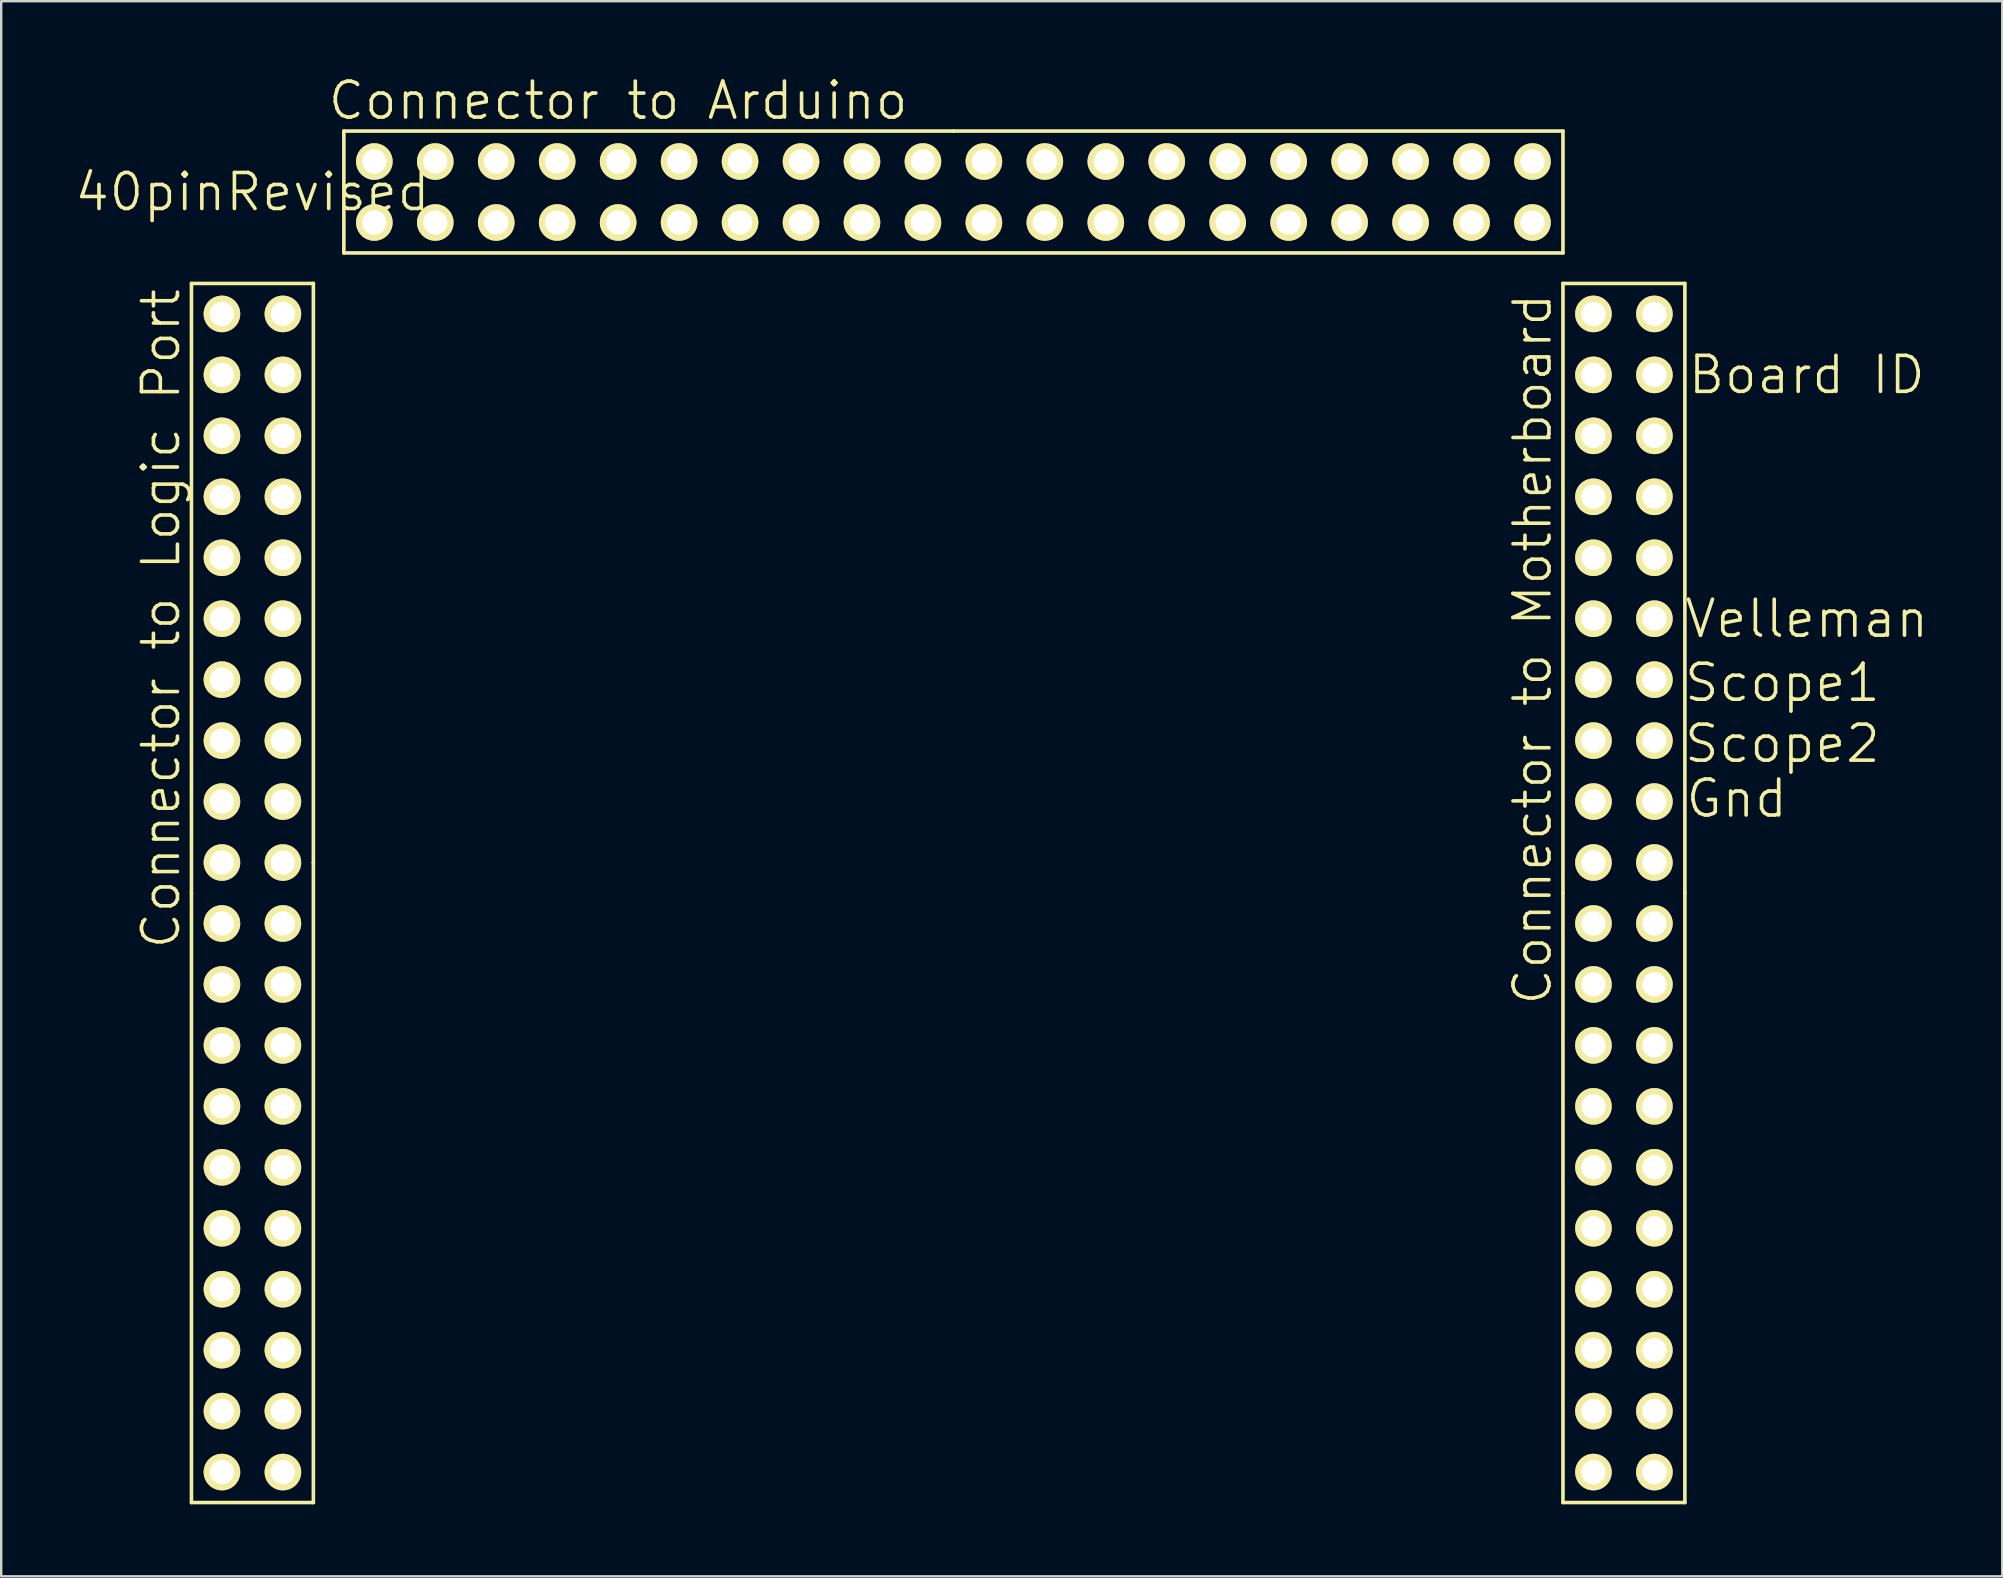
<source format=kicad_pcb>
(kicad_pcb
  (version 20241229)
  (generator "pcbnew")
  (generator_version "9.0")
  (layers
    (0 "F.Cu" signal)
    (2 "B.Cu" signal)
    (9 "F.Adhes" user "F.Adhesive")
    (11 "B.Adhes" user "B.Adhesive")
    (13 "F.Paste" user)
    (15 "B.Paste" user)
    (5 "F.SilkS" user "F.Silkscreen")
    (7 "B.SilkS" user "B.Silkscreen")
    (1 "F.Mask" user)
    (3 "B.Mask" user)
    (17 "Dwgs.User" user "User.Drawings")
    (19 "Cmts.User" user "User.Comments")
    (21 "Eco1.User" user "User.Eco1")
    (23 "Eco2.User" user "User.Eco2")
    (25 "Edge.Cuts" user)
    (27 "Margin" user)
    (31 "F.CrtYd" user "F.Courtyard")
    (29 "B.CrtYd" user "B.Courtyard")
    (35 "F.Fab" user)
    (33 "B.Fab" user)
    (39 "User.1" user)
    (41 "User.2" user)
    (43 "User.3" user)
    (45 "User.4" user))
  (footprint "40pinRevised"
    (layer "F.Cu")
    (at 23.978 22.731)
    (property "Reference" "40pinRevised" (at -16.51 -17.78 0) (layer "F.SilkS") (effects (font (size 1.5 1.5) (thickness 0.15))))
    (attr through_hole)
    (fp_line (start -19.05 -13.97) (end -19.05 11.43) (stroke (width 0.15) (type solid)) (layer "F.SilkS"))
    (fp_line (start -19.05 36.83) (end -19.05 11.43) (stroke (width 0.15) (type solid)) (layer "F.SilkS"))
    (fp_line (start -13.97 -13.97) (end -19.05 -13.97) (stroke (width 0.15) (type solid)) (layer "F.SilkS"))
    (fp_line (start -13.97 10.16) (end -13.97 -13.97) (stroke (width 0.15) (type solid)) (layer "F.SilkS"))
    (fp_line (start -13.97 10.16) (end -13.97 36.83) (stroke (width 0.15) (type solid)) (layer "F.SilkS"))
    (fp_line (start -13.97 36.83) (end -19.05 36.83) (stroke (width 0.15) (type solid)) (layer "F.SilkS"))
    (fp_line (start -12.7 -20.32) (end -12.7 -15.24) (stroke (width 0.15) (type solid)) (layer "F.SilkS"))
    (fp_line (start 12.7 -20.32) (end -12.7 -20.32) (stroke (width 0.15) (type solid)) (layer "F.SilkS"))
    (fp_line (start 12.7 -20.32) (end 38.1 -20.32) (stroke (width 0.15) (type solid)) (layer "F.SilkS"))
    (fp_line (start 38.1 -20.32) (end 38.1 -15.24) (stroke (width 0.15) (type solid)) (layer "F.SilkS"))
    (fp_line (start 38.1 -15.24) (end -12.7 -15.24) (stroke (width 0.15) (type solid)) (layer "F.SilkS"))
    (fp_line (start 38.1 -13.97) (end 43.18 -13.97) (stroke (width 0.15) (type solid)) (layer "F.SilkS"))
    (fp_line (start 38.1 11.43) (end 38.1 -13.97) (stroke (width 0.15) (type solid)) (layer "F.SilkS"))
    (fp_line (start 38.1 36.83) (end 38.1 11.43) (stroke (width 0.15) (type solid)) (layer "F.SilkS"))
    (fp_line (start 43.18 -13.97) (end 43.18 11.43) (stroke (width 0.15) (type solid)) (layer "F.SilkS"))
    (fp_line (start 43.18 11.43) (end 43.18 36.83) (stroke (width 0.15) (type solid)) (layer "F.SilkS"))
    (fp_line (start 43.18 36.83) (end 38.1 36.83) (stroke (width 0.15) (type solid)) (layer "F.SilkS"))
    (fp_text user "Connector to Arduino" (at -1.27 -21.59 0) (layer "F.SilkS") (effects (font (size 1.5 1.5) (thickness 0.15))))
    (fp_text user "Scope1" (at 47.244 2.667 0) (layer "F.SilkS") (effects (font (size 1.5 1.5) (thickness 0.15))))
    (fp_text user "Board ID" (at 48.26 -10.16 0) (layer "F.SilkS") (effects (font (size 1.5 1.5) (thickness 0.15))))
    (fp_text user "Connector to Motherboard" (at 36.83 1.27 90) (layer "F.SilkS") (effects (font (size 1.5 1.5) (thickness 0.15))))
    (fp_text user "Gnd" (at 45.339 7.493 0) (layer "F.SilkS") (effects (font (size 1.5 1.5) (thickness 0.15))))
    (fp_text user "Velleman" (at 48.26 0 0) (layer "F.SilkS") (effects (font (size 1.5 1.5) (thickness 0.15))))
    (fp_text user "Connector to Logic Port" (at -20.32 0 90) (layer "F.SilkS") (effects (font (size 1.5 1.5) (thickness 0.15))))
    (fp_text user "Scope2" (at 47.244 5.207 0) (layer "F.SilkS") (effects (font (size 1.5 1.5) (thickness 0.15))))
    (pad "1" thru_hole circle (at 41.91 35.56) (size 1.524 1.524) (drill 1.016) (layers "*.Cu" "*.Mask" "F.SilkS"))
    (pad "2" thru_hole circle (at 39.37 35.56) (size 1.524 1.524) (drill 1.016) (layers "*.Cu" "*.Mask" "F.SilkS"))
    (pad "3" thru_hole circle (at 41.91 33.02) (size 1.524 1.524) (drill 1.016) (layers "*.Cu" "*.Mask" "F.SilkS"))
    (pad "4" thru_hole circle (at 39.37 33.02) (size 1.524 1.524) (drill 1.016) (layers "*.Cu" "*.Mask" "F.SilkS"))
    (pad "5" thru_hole circle (at 41.91 30.48) (size 1.524 1.524) (drill 1.016) (layers "*.Cu" "*.Mask" "F.SilkS"))
    (pad "6" thru_hole circle (at 39.37 30.48) (size 1.524 1.524) (drill 1.016) (layers "*.Cu" "*.Mask" "F.SilkS"))
    (pad "7" thru_hole circle (at 41.91 27.94) (size 1.524 1.524) (drill 1.016) (layers "*.Cu" "*.Mask" "F.SilkS"))
    (pad "8" thru_hole circle (at 39.37 27.94) (size 1.524 1.524) (drill 1.016) (layers "*.Cu" "*.Mask" "F.SilkS"))
    (pad "9" thru_hole circle (at 41.91 25.4) (size 1.524 1.524) (drill 1.016) (layers "*.Cu" "*.Mask" "F.SilkS"))
    (pad "10" thru_hole circle (at 39.37 25.4) (size 1.524 1.524) (drill 1.016) (layers "*.Cu" "*.Mask" "F.SilkS"))
    (pad "11" thru_hole circle (at 41.91 22.86) (size 1.524 1.524) (drill 1.016) (layers "*.Cu" "*.Mask" "F.SilkS"))
    (pad "12" thru_hole circle (at 39.37 22.86) (size 1.524 1.524) (drill 1.016) (layers "*.Cu" "*.Mask" "F.SilkS"))
    (pad "13" thru_hole circle (at 41.91 20.32) (size 1.524 1.524) (drill 1.016) (layers "*.Cu" "*.Mask" "F.SilkS"))
    (pad "14" thru_hole circle (at 39.37 20.32) (size 1.524 1.524) (drill 1.016) (layers "*.Cu" "*.Mask" "F.SilkS"))
    (pad "15" thru_hole circle (at 41.91 17.78) (size 1.524 1.524) (drill 1.016) (layers "*.Cu" "*.Mask" "F.SilkS"))
    (pad "16" thru_hole circle (at 39.37 17.78) (size 1.524 1.524) (drill 1.016) (layers "*.Cu" "*.Mask" "F.SilkS"))
    (pad "17" thru_hole circle (at 41.91 15.24) (size 1.524 1.524) (drill 1.016) (layers "*.Cu" "*.Mask" "F.SilkS"))
    (pad "18" thru_hole circle (at 39.37 15.24) (size 1.524 1.524) (drill 1.016) (layers "*.Cu" "*.Mask" "F.SilkS"))
    (pad "19" thru_hole circle (at 41.91 12.7) (size 1.524 1.524) (drill 1.016) (layers "*.Cu" "*.Mask" "F.SilkS"))
    (pad "20" thru_hole circle (at 39.37 12.7) (size 1.524 1.524) (drill 1.016) (layers "*.Cu" "*.Mask" "F.SilkS"))
    (pad "21" thru_hole circle (at 41.91 10.16) (size 1.524 1.524) (drill 1.016) (layers "*.Cu" "*.Mask" "F.SilkS"))
    (pad "22" thru_hole circle (at 39.37 10.16) (size 1.524 1.524) (drill 1.016) (layers "*.Cu" "*.Mask" "F.SilkS"))
    (pad "23" thru_hole circle (at 41.91 7.62) (size 1.524 1.524) (drill 1.016) (layers "*.Cu" "*.Mask" "F.SilkS"))
    (pad "24" thru_hole circle (at 39.37 7.62) (size 1.524 1.524) (drill 1.016) (layers "*.Cu" "*.Mask" "F.SilkS"))
    (pad "25" thru_hole circle (at 41.91 5.08) (size 1.524 1.524) (drill 1.016) (layers "*.Cu" "*.Mask" "F.SilkS"))
    (pad "26" thru_hole circle (at 39.37 5.08) (size 1.524 1.524) (drill 1.016) (layers "*.Cu" "*.Mask" "F.SilkS"))
    (pad "27" thru_hole circle (at 41.91 2.54) (size 1.524 1.524) (drill 1.016) (layers "*.Cu" "*.Mask" "F.SilkS"))
    (pad "28" thru_hole circle (at 39.37 2.54) (size 1.524 1.524) (drill 1.016) (layers "*.Cu" "*.Mask" "F.SilkS"))
    (pad "29" thru_hole circle (at 41.91 0) (size 1.524 1.524) (drill 1.016) (layers "*.Cu" "*.Mask" "F.SilkS"))
    (pad "30" thru_hole circle (at 39.37 0) (size 1.524 1.524) (drill 1.016) (layers "*.Cu" "*.Mask" "F.SilkS"))
    (pad "31" thru_hole circle (at 41.91 -2.54) (size 1.524 1.524) (drill 1.016) (layers "*.Cu" "*.Mask" "F.SilkS"))
    (pad "32" thru_hole circle (at 39.37 -2.54) (size 1.524 1.524) (drill 1.016) (layers "*.Cu" "*.Mask" "F.SilkS"))
    (pad "33" thru_hole circle (at 41.91 -5.08) (size 1.524 1.524) (drill 1.016) (layers "*.Cu" "*.Mask" "F.SilkS"))
    (pad "34" thru_hole circle (at 39.37 -5.08) (size 1.524 1.524) (drill 1.016) (layers "*.Cu" "*.Mask" "F.SilkS"))
    (pad "35" thru_hole circle (at 41.91 -7.62) (size 1.524 1.524) (drill 1.016) (layers "*.Cu" "*.Mask" "F.SilkS"))
    (pad "36" thru_hole circle (at 39.37 -7.62) (size 1.524 1.524) (drill 1.016) (layers "*.Cu" "*.Mask" "F.SilkS"))
    (pad "37" thru_hole circle (at 41.91 -10.16) (size 1.524 1.524) (drill 1.016) (layers "*.Cu" "*.Mask" "F.SilkS"))
    (pad "38" thru_hole circle (at 39.37 -10.16) (size 1.524 1.524) (drill 1.016) (layers "*.Cu" "*.Mask" "F.SilkS"))
    (pad "39" thru_hole circle (at 41.91 -12.7) (size 1.524 1.524) (drill 1.016) (layers "*.Cu" "*.Mask" "F.SilkS"))
    (pad "40" thru_hole circle (at 39.37 -12.7) (size 1.524 1.524) (drill 1.016) (layers "*.Cu" "*.Mask" "F.SilkS"))
    (pad "41" thru_hole circle (at 36.83 -19.05 90) (size 1.524 1.524) (drill 1.016) (layers "*.Cu" "*.Mask" "F.SilkS"))
    (pad "42" thru_hole circle (at 36.83 -16.51 90) (size 1.524 1.524) (drill 1.016) (layers "*.Cu" "*.Mask" "F.SilkS"))
    (pad "43" thru_hole circle (at 34.29 -19.05 90) (size 1.524 1.524) (drill 1.016) (layers "*.Cu" "*.Mask" "F.SilkS"))
    (pad "44" thru_hole circle (at 34.29 -16.51 90) (size 1.524 1.524) (drill 1.016) (layers "*.Cu" "*.Mask" "F.SilkS"))
    (pad "45" thru_hole circle (at 31.75 -19.05 90) (size 1.524 1.524) (drill 1.016) (layers "*.Cu" "*.Mask" "F.SilkS"))
    (pad "46" thru_hole circle (at 31.75 -16.51 90) (size 1.524 1.524) (drill 1.016) (layers "*.Cu" "*.Mask" "F.SilkS"))
    (pad "47" thru_hole circle (at 29.21 -19.05 90) (size 1.524 1.524) (drill 1.016) (layers "*.Cu" "*.Mask" "F.SilkS"))
    (pad "48" thru_hole circle (at 29.21 -16.51 90) (size 1.524 1.524) (drill 1.016) (layers "*.Cu" "*.Mask" "F.SilkS"))
    (pad "49" thru_hole circle (at 26.67 -19.05 90) (size 1.524 1.524) (drill 1.016) (layers "*.Cu" "*.Mask" "F.SilkS"))
    (pad "50" thru_hole circle (at 26.67 -16.51 90) (size 1.524 1.524) (drill 1.016) (layers "*.Cu" "*.Mask" "F.SilkS"))
    (pad "51" thru_hole circle (at 24.13 -19.05 90) (size 1.524 1.524) (drill 1.016) (layers "*.Cu" "*.Mask" "F.SilkS"))
    (pad "52" thru_hole circle (at 24.13 -16.51 90) (size 1.524 1.524) (drill 1.016) (layers "*.Cu" "*.Mask" "F.SilkS"))
    (pad "53" thru_hole circle (at 21.59 -19.05 90) (size 1.524 1.524) (drill 1.016) (layers "*.Cu" "*.Mask" "F.SilkS"))
    (pad "54" thru_hole circle (at 21.59 -16.51 90) (size 1.524 1.524) (drill 1.016) (layers "*.Cu" "*.Mask" "F.SilkS"))
    (pad "55" thru_hole circle (at 19.05 -19.05 90) (size 1.524 1.524) (drill 1.016) (layers "*.Cu" "*.Mask" "F.SilkS"))
    (pad "56" thru_hole circle (at 19.05 -16.51 90) (size 1.524 1.524) (drill 1.016) (layers "*.Cu" "*.Mask" "F.SilkS"))
    (pad "57" thru_hole circle (at 16.51 -19.05 90) (size 1.524 1.524) (drill 1.016) (layers "*.Cu" "*.Mask" "F.SilkS"))
    (pad "58" thru_hole circle (at 16.51 -16.51 90) (size 1.524 1.524) (drill 1.016) (layers "*.Cu" "*.Mask" "F.SilkS"))
    (pad "59" thru_hole circle (at 13.97 -19.05 90) (size 1.524 1.524) (drill 1.016) (layers "*.Cu" "*.Mask" "F.SilkS"))
    (pad "60" thru_hole circle (at 13.97 -16.51 90) (size 1.524 1.524) (drill 1.016) (layers "*.Cu" "*.Mask" "F.SilkS"))
    (pad "61" thru_hole circle (at 11.43 -19.05 90) (size 1.524 1.524) (drill 1.016) (layers "*.Cu" "*.Mask" "F.SilkS"))
    (pad "62" thru_hole circle (at 11.43 -16.51 90) (size 1.524 1.524) (drill 1.016) (layers "*.Cu" "*.Mask" "F.SilkS"))
    (pad "63" thru_hole circle (at 8.89 -19.05 90) (size 1.524 1.524) (drill 1.016) (layers "*.Cu" "*.Mask" "F.SilkS"))
    (pad "64" thru_hole circle (at 8.89 -16.51 90) (size 1.524 1.524) (drill 1.016) (layers "*.Cu" "*.Mask" "F.SilkS"))
    (pad "65" thru_hole circle (at 6.35 -19.05 90) (size 1.524 1.524) (drill 1.016) (layers "*.Cu" "*.Mask" "F.SilkS"))
    (pad "66" thru_hole circle (at 6.35 -16.51 90) (size 1.524 1.524) (drill 1.016) (layers "*.Cu" "*.Mask" "F.SilkS"))
    (pad "67" thru_hole circle (at 3.81 -19.05 90) (size 1.524 1.524) (drill 1.016) (layers "*.Cu" "*.Mask" "F.SilkS"))
    (pad "68" thru_hole circle (at 3.81 -16.51 90) (size 1.524 1.524) (drill 1.016) (layers "*.Cu" "*.Mask" "F.SilkS"))
    (pad "69" thru_hole circle (at 1.27 -19.05 90) (size 1.524 1.524) (drill 1.016) (layers "*.Cu" "*.Mask" "F.SilkS"))
    (pad "70" thru_hole circle (at 1.27 -16.51 90) (size 1.524 1.524) (drill 1.016) (layers "*.Cu" "*.Mask" "F.SilkS"))
    (pad "71" thru_hole circle (at -1.27 -19.05 90) (size 1.524 1.524) (drill 1.016) (layers "*.Cu" "*.Mask" "F.SilkS"))
    (pad "72" thru_hole circle (at -1.27 -16.51 90) (size 1.524 1.524) (drill 1.016) (layers "*.Cu" "*.Mask" "F.SilkS"))
    (pad "73" thru_hole circle (at -3.81 -19.05 90) (size 1.524 1.524) (drill 1.016) (layers "*.Cu" "*.Mask" "F.SilkS"))
    (pad "74" thru_hole circle (at -3.81 -16.51 90) (size 1.524 1.524) (drill 1.016) (layers "*.Cu" "*.Mask" "F.SilkS"))
    (pad "75" thru_hole circle (at -6.35 -19.05 90) (size 1.524 1.524) (drill 1.016) (layers "*.Cu" "*.Mask" "F.SilkS"))
    (pad "76" thru_hole circle (at -6.35 -16.51 90) (size 1.524 1.524) (drill 1.016) (layers "*.Cu" "*.Mask" "F.SilkS"))
    (pad "77" thru_hole circle (at -8.89 -19.05 90) (size 1.524 1.524) (drill 1.016) (layers "*.Cu" "*.Mask" "F.SilkS"))
    (pad "78" thru_hole circle (at -8.89 -16.51 90) (size 1.524 1.524) (drill 1.016) (layers "*.Cu" "*.Mask" "F.SilkS"))
    (pad "79" thru_hole circle (at -11.43 -19.05 90) (size 1.524 1.524) (drill 1.016) (layers "*.Cu" "*.Mask" "F.SilkS"))
    (pad "80" thru_hole circle (at -11.43 -16.51 90) (size 1.524 1.524) (drill 1.016) (layers "*.Cu" "*.Mask" "F.SilkS"))
    (pad "81" thru_hole circle (at -17.78 35.56 90) (size 1.524 1.524) (drill 1.016) (layers "*.Cu" "*.Mask" "F.SilkS"))
    (pad "82" thru_hole circle (at -15.24 35.56 90) (size 1.524 1.524) (drill 1.016) (layers "*.Cu" "*.Mask" "F.SilkS"))
    (pad "83" thru_hole circle (at -17.78 33.02 90) (size 1.524 1.524) (drill 1.016) (layers "*.Cu" "*.Mask" "F.SilkS"))
    (pad "84" thru_hole circle (at -15.24 33.02 90) (size 1.524 1.524) (drill 1.016) (layers "*.Cu" "*.Mask" "F.SilkS"))
    (pad "85" thru_hole circle (at -17.78 30.48 90) (size 1.524 1.524) (drill 1.016) (layers "*.Cu" "*.Mask" "F.SilkS"))
    (pad "86" thru_hole circle (at -15.24 30.48 90) (size 1.524 1.524) (drill 1.016) (layers "*.Cu" "*.Mask" "F.SilkS"))
    (pad "87" thru_hole circle (at -17.78 27.94 90) (size 1.524 1.524) (drill 1.016) (layers "*.Cu" "*.Mask" "F.SilkS"))
    (pad "88" thru_hole circle (at -15.24 27.94 90) (size 1.524 1.524) (drill 1.016) (layers "*.Cu" "*.Mask" "F.SilkS"))
    (pad "89" thru_hole circle (at -17.78 25.4 90) (size 1.524 1.524) (drill 1.016) (layers "*.Cu" "*.Mask" "F.SilkS"))
    (pad "90" thru_hole circle (at -15.24 25.4 90) (size 1.524 1.524) (drill 1.016) (layers "*.Cu" "*.Mask" "F.SilkS"))
    (pad "91" thru_hole circle (at -17.78 22.86 90) (size 1.524 1.524) (drill 1.016) (layers "*.Cu" "*.Mask" "F.SilkS"))
    (pad "92" thru_hole circle (at -15.24 22.86 90) (size 1.524 1.524) (drill 1.016) (layers "*.Cu" "*.Mask" "F.SilkS"))
    (pad "93" thru_hole circle (at -17.78 20.32 90) (size 1.524 1.524) (drill 1.016) (layers "*.Cu" "*.Mask" "F.SilkS"))
    (pad "94" thru_hole circle (at -15.24 20.32 90) (size 1.524 1.524) (drill 1.016) (layers "*.Cu" "*.Mask" "F.SilkS"))
    (pad "95" thru_hole circle (at -17.78 17.78 90) (size 1.524 1.524) (drill 1.016) (layers "*.Cu" "*.Mask" "F.SilkS"))
    (pad "96" thru_hole circle (at -15.24 17.78 90) (size 1.524 1.524) (drill 1.016) (layers "*.Cu" "*.Mask" "F.SilkS"))
    (pad "97" thru_hole circle (at -17.78 15.24 90) (size 1.524 1.524) (drill 1.016) (layers "*.Cu" "*.Mask" "F.SilkS"))
    (pad "98" thru_hole circle (at -15.24 15.24 90) (size 1.524 1.524) (drill 1.016) (layers "*.Cu" "*.Mask" "F.SilkS"))
    (pad "99" thru_hole circle (at -17.78 12.7 90) (size 1.524 1.524) (drill 1.016) (layers "*.Cu" "*.Mask" "F.SilkS"))
    (pad "100" thru_hole circle (at -15.24 12.7 90) (size 1.524 1.524) (drill 1.016) (layers "*.Cu" "*.Mask" "F.SilkS"))
    (pad "101" thru_hole circle (at -17.78 10.16) (size 1.524 1.524) (drill 1.016) (layers "*.Cu" "*.Mask" "F.SilkS"))
    (pad "102" thru_hole circle (at -15.24 10.16) (size 1.524 1.524) (drill 1.016) (layers "*.Cu" "*.Mask" "F.SilkS"))
    (pad "103" thru_hole circle (at -17.78 7.62) (size 1.524 1.524) (drill 1.016) (layers "*.Cu" "*.Mask" "F.SilkS"))
    (pad "104" thru_hole circle (at -15.24 7.62) (size 1.524 1.524) (drill 1.016) (layers "*.Cu" "*.Mask" "F.SilkS"))
    (pad "105" thru_hole circle (at -17.78 5.08) (size 1.524 1.524) (drill 1.016) (layers "*.Cu" "*.Mask" "F.SilkS"))
    (pad "106" thru_hole circle (at -15.24 5.08) (size 1.524 1.524) (drill 1.016) (layers "*.Cu" "*.Mask" "F.SilkS"))
    (pad "107" thru_hole circle (at -17.78 2.54) (size 1.524 1.524) (drill 1.016) (layers "*.Cu" "*.Mask" "F.SilkS"))
    (pad "108" thru_hole circle (at -15.24 2.54) (size 1.524 1.524) (drill 1.016) (layers "*.Cu" "*.Mask" "F.SilkS"))
    (pad "109" thru_hole circle (at -17.78 0) (size 1.524 1.524) (drill 1.016) (layers "*.Cu" "*.Mask" "F.SilkS"))
    (pad "110" thru_hole circle (at -15.24 0) (size 1.524 1.524) (drill 1.016) (layers "*.Cu" "*.Mask" "F.SilkS"))
    (pad "111" thru_hole circle (at -17.78 -2.54) (size 1.524 1.524) (drill 1.016) (layers "*.Cu" "*.Mask" "F.SilkS"))
    (pad "112" thru_hole circle (at -15.24 -2.54) (size 1.524 1.524) (drill 1.016) (layers "*.Cu" "*.Mask" "F.SilkS"))
    (pad "113" thru_hole circle (at -17.78 -5.08) (size 1.524 1.524) (drill 1.016) (layers "*.Cu" "*.Mask" "F.SilkS"))
    (pad "114" thru_hole circle (at -15.24 -5.08) (size 1.524 1.524) (drill 1.016) (layers "*.Cu" "*.Mask" "F.SilkS"))
    (pad "115" thru_hole circle (at -17.78 -7.62) (size 1.524 1.524) (drill 1.016) (layers "*.Cu" "*.Mask" "F.SilkS"))
    (pad "116" thru_hole circle (at -15.24 -7.62) (size 1.524 1.524) (drill 1.016) (layers "*.Cu" "*.Mask" "F.SilkS"))
    (pad "117" thru_hole circle (at -17.78 -10.16) (size 1.524 1.524) (drill 1.016) (layers "*.Cu" "*.Mask" "F.SilkS"))
    (pad "118" thru_hole circle (at -15.24 -10.16) (size 1.524 1.524) (drill 1.016) (layers "*.Cu" "*.Mask" "F.SilkS"))
    (pad "119" thru_hole circle (at -17.78 -12.7) (size 1.524 1.524) (drill 1.016) (layers "*.Cu" "*.Mask" "F.SilkS"))
    (pad "120" thru_hole circle (at -15.24 -12.7) (size 1.524 1.524) (drill 1.016) (layers "*.Cu" "*.Mask" "F.SilkS")))
  (gr_rect
    (start -3 -3)
    (end 80.384 62.636)
    (stroke (width 0.1) (type default))
    (fill no)
    (layer "Edge.Cuts")))
</source>
